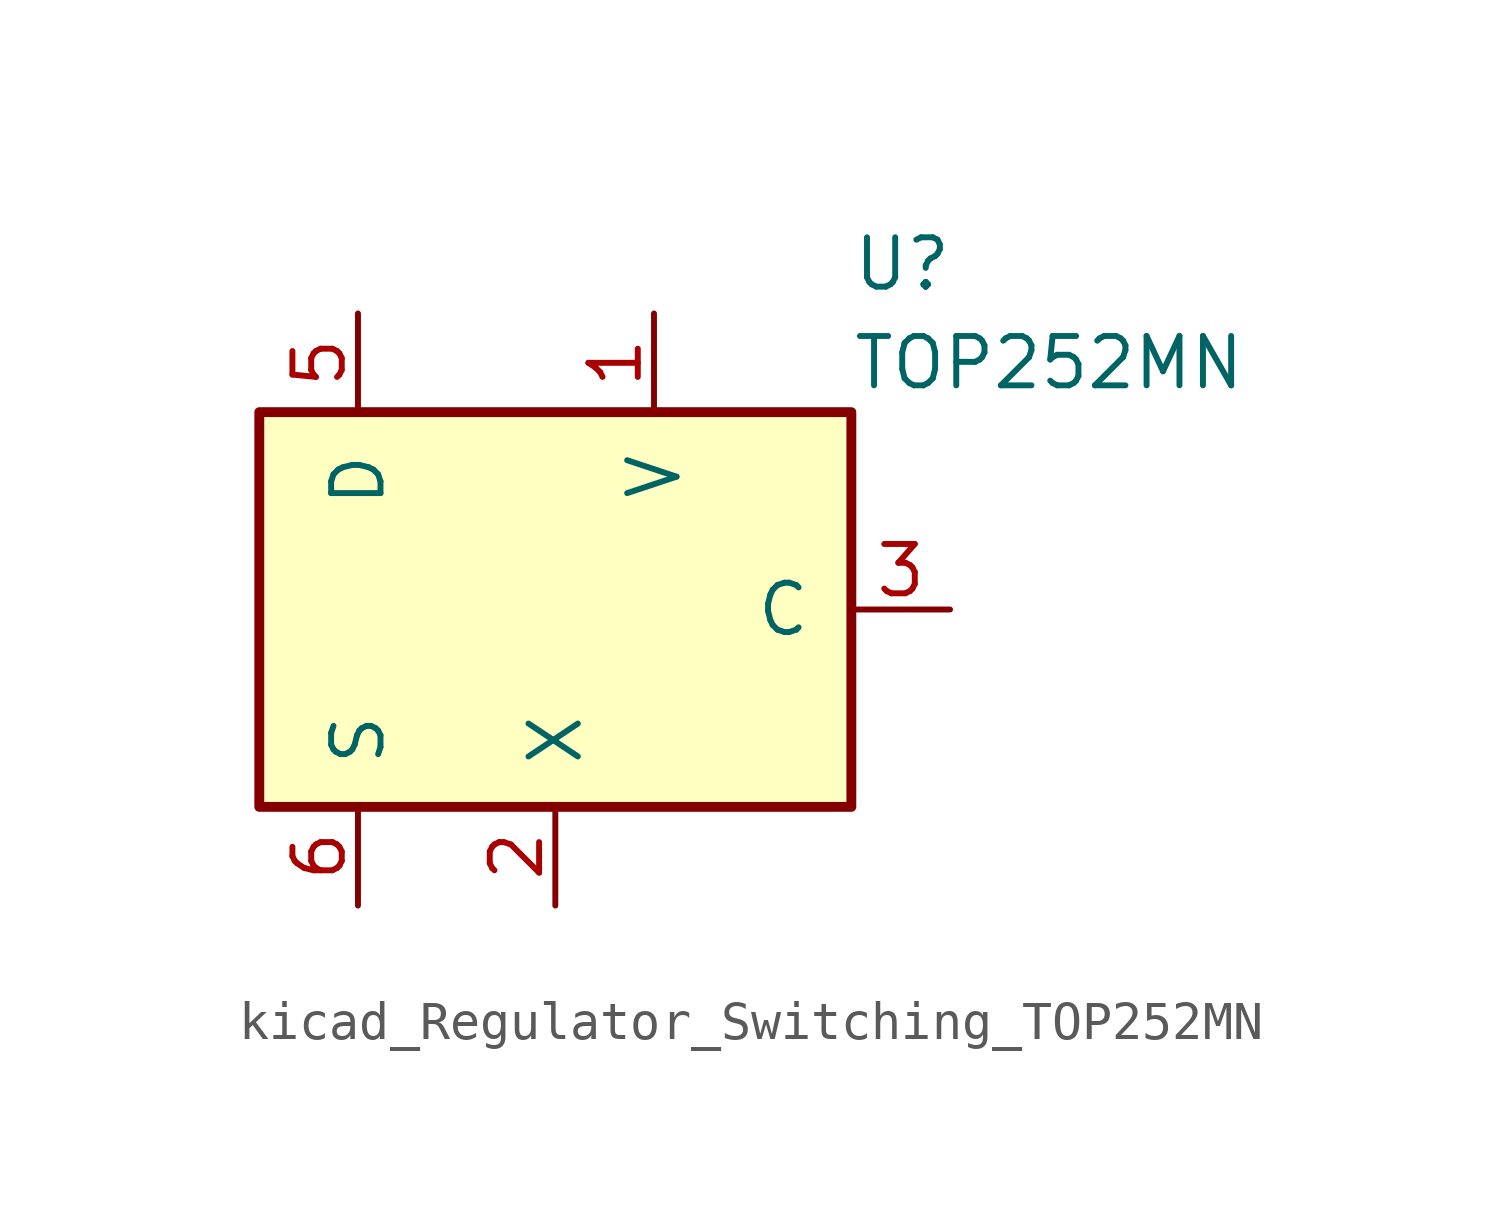
<source format=kicad_sym>
(kicad_symbol_lib
  (version 20220914)
  (generator kicad_symbol_editor)
  (symbol "kicad_Regulator_Switching_TOP252MN"
    (pin_names
      (offset 1.016))
    (property "Reference" "U"
      (at 7.62 8.89 0)
      (effects (font (size 1.27 1.27)) (justify left)))
    (property "Value" "TOP252MN"
      (at 7.62 6.35 0)
      (effects (font (size 1.27 1.27)) (justify left)))
    (symbol "kicad_Regulator_Switching_TOP252MN_0_1"
      (rectangle (start -7.62 5.08) (end 7.62 -5.08) (stroke (width 0.254) (type default)) (fill (type background))))
    (symbol "kicad_Regulator_Switching_TOP252MN_1_1"
      (pin input line (at 2.54 7.62 270) (length 2.54) (name "V" (effects (font (size 1.27 1.27)))) (number "1" (effects (font (size 1.27 1.27)))))
      (pin passive line (at -5.08 -7.62 90) (length 2.54) hide (name "S" (effects (font (size 1.27 1.27)))) (number "10" (effects (font (size 1.27 1.27)))))
      (pin input line (at 0 -7.62 90) (length 2.54) (name "X" (effects (font (size 1.27 1.27)))) (number "2" (effects (font (size 1.27 1.27)))))
      (pin input line (at 10.16 0 180) (length 2.54) (name "C" (effects (font (size 1.27 1.27)))) (number "3" (effects (font (size 1.27 1.27)))))
      (pin open_collector line (at -5.08 7.62 270) (length 2.54) (name "D" (effects (font (size 1.27 1.27)))) (number "5" (effects (font (size 1.27 1.27)))))
      (pin power_in line (at -5.08 -7.62 90) (length 2.54) (name "S" (effects (font (size 1.27 1.27)))) (number "6" (effects (font (size 1.27 1.27)))))
      (pin passive line (at -5.08 -7.62 90) (length 2.54) hide (name "S" (effects (font (size 1.27 1.27)))) (number "7" (effects (font (size 1.27 1.27)))))
      (pin passive line (at -5.08 -7.62 90) (length 2.54) hide (name "S" (effects (font (size 1.27 1.27)))) (number "8" (effects (font (size 1.27 1.27)))))
      (pin passive line (at -5.08 -7.62 90) (length 2.54) hide (name "S" (effects (font (size 1.27 1.27)))) (number "9" (effects (font (size 1.27 1.27))))))))
</source>
